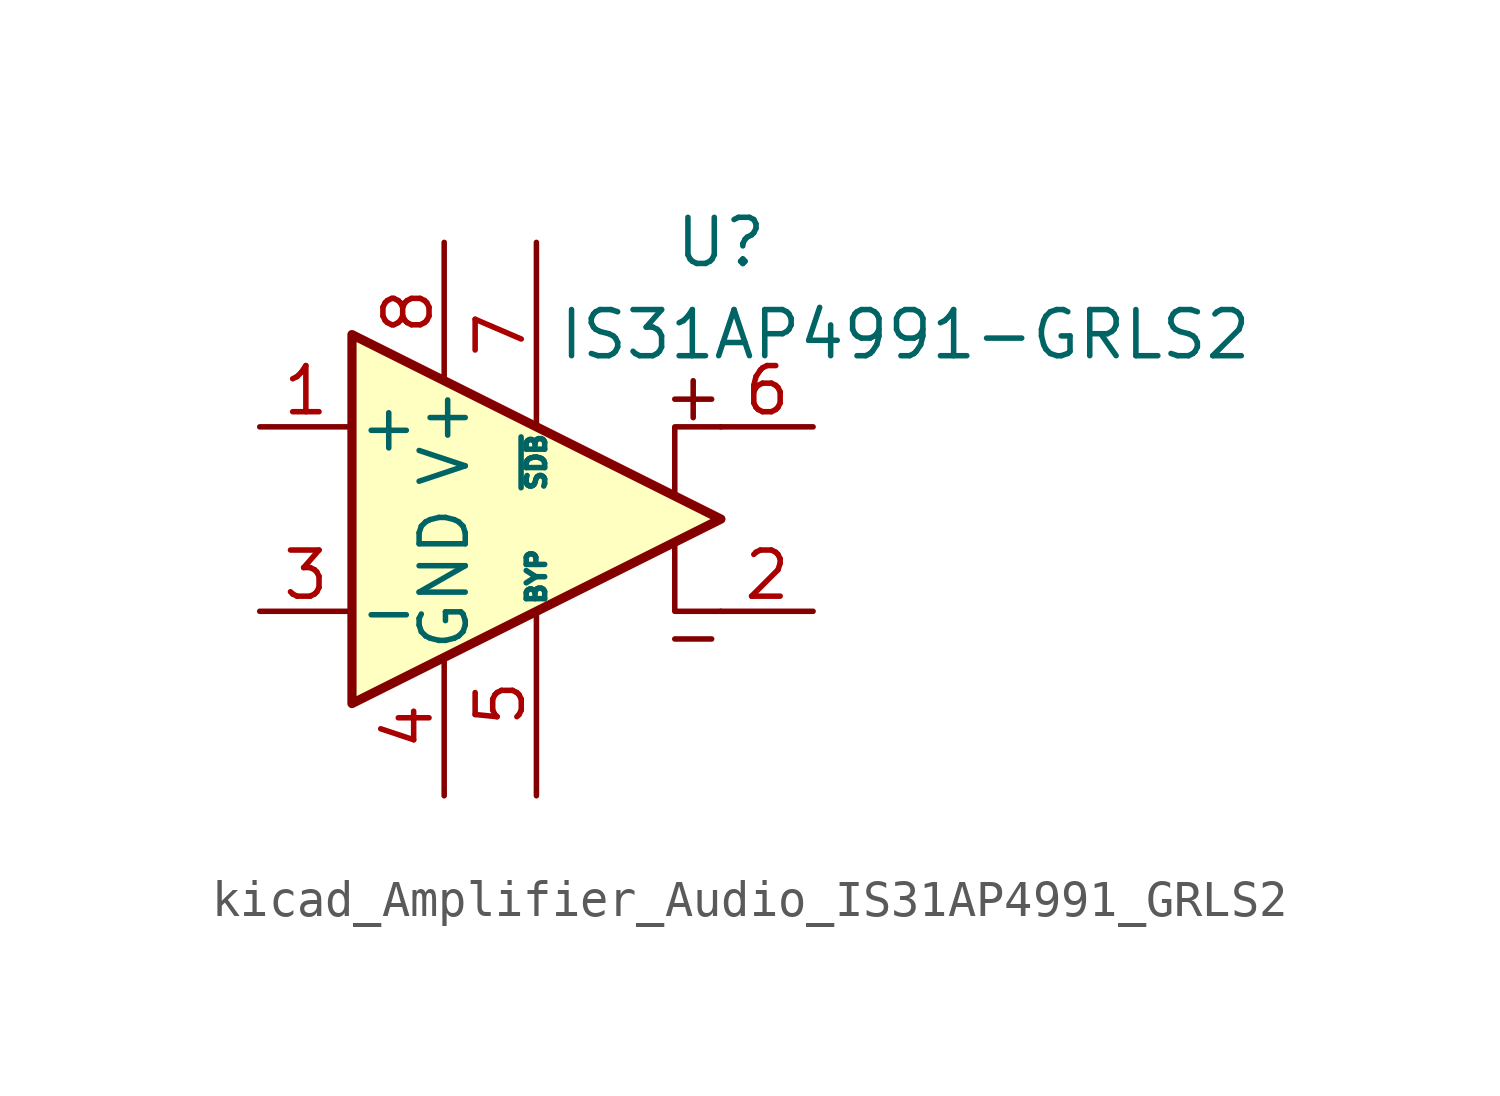
<source format=kicad_sym>
(kicad_symbol_lib
  (version 20220914)
  (generator kicad_symbol_editor)
  (symbol "kicad_Amplifier_Audio_IS31AP4991_GRLS2"
    (pin_names
      (offset 0.127))
    (property "Reference" "U"
      (at 5.08 7.62 0)
      (effects (font (size 1.27 1.27))))
    (property "Value" "IS31AP4991-GRLS2"
      (at 10.16 5.08 0)
      (effects (font (size 1.27 1.27))))
    (symbol "kicad_Amplifier_Audio_IS31AP4991_GRLS2_0_1"
      (polyline (pts (xy 3.81 -3.302) (xy 4.826 -3.302)) (stroke (width 0) (type default)) (fill (type none)))
      (polyline (pts (xy 4.318 3.81) (xy 4.318 2.794)) (stroke (width 0) (type default)) (fill (type none)))
      (polyline (pts (xy 4.826 3.302) (xy 3.81 3.302)) (stroke (width 0) (type default)) (fill (type none))))
    (symbol "kicad_Amplifier_Audio_IS31AP4991_GRLS2_1_1"
      (polyline (pts (xy 3.81 -0.635) (xy 3.81 -2.54) (xy 5.08 -2.54)) (stroke (width 0) (type default)) (fill (type none)))
      (polyline (pts (xy 5.08 2.54) (xy 3.81 2.54) (xy 3.81 0.635)) (stroke (width 0) (type default)) (fill (type none)))
      (polyline (pts (xy -5.08 5.08) (xy 5.08 0) (xy -5.08 -5.08) (xy -5.08 5.08)) (stroke (width 0.254) (type default)) (fill (type background)))
      (pin input line (at -7.62 2.54 0) (length 2.54) (name "+" (effects (font (size 1.27 1.27)))) (number "1" (effects (font (size 1.27 1.27)))))
      (pin output line (at 7.62 -2.54 180) (length 2.54) (name "~" (effects (font (size 1.27 1.27)))) (number "2" (effects (font (size 1.27 1.27)))))
      (pin input line (at -7.62 -2.54 0) (length 2.54) (name "-" (effects (font (size 1.27 1.27)))) (number "3" (effects (font (size 1.27 1.27)))))
      (pin power_in line (at -2.54 -7.62 90) (length 3.81) (name "GND" (effects (font (size 1.27 1.27)))) (number "4" (effects (font (size 1.27 1.27)))))
      (pin passive line (at 0 -7.62 90) (length 5.08) (name "BYP" (effects (font (size 0.508 0.508)))) (number "5" (effects (font (size 1.27 1.27)))))
      (pin output line (at 7.62 2.54 180) (length 2.54) (name "~" (effects (font (size 1.27 1.27)))) (number "6" (effects (font (size 1.27 1.27)))))
      (pin input line (at 0 7.62 270) (length 5.08) (name "~{SDB}" (effects (font (size 0.508 0.508)))) (number "7" (effects (font (size 1.27 1.27)))))
      (pin power_in line (at -2.54 7.62 270) (length 3.81) (name "V+" (effects (font (size 1.27 1.27)))) (number "8" (effects (font (size 1.27 1.27))))))))
</source>
